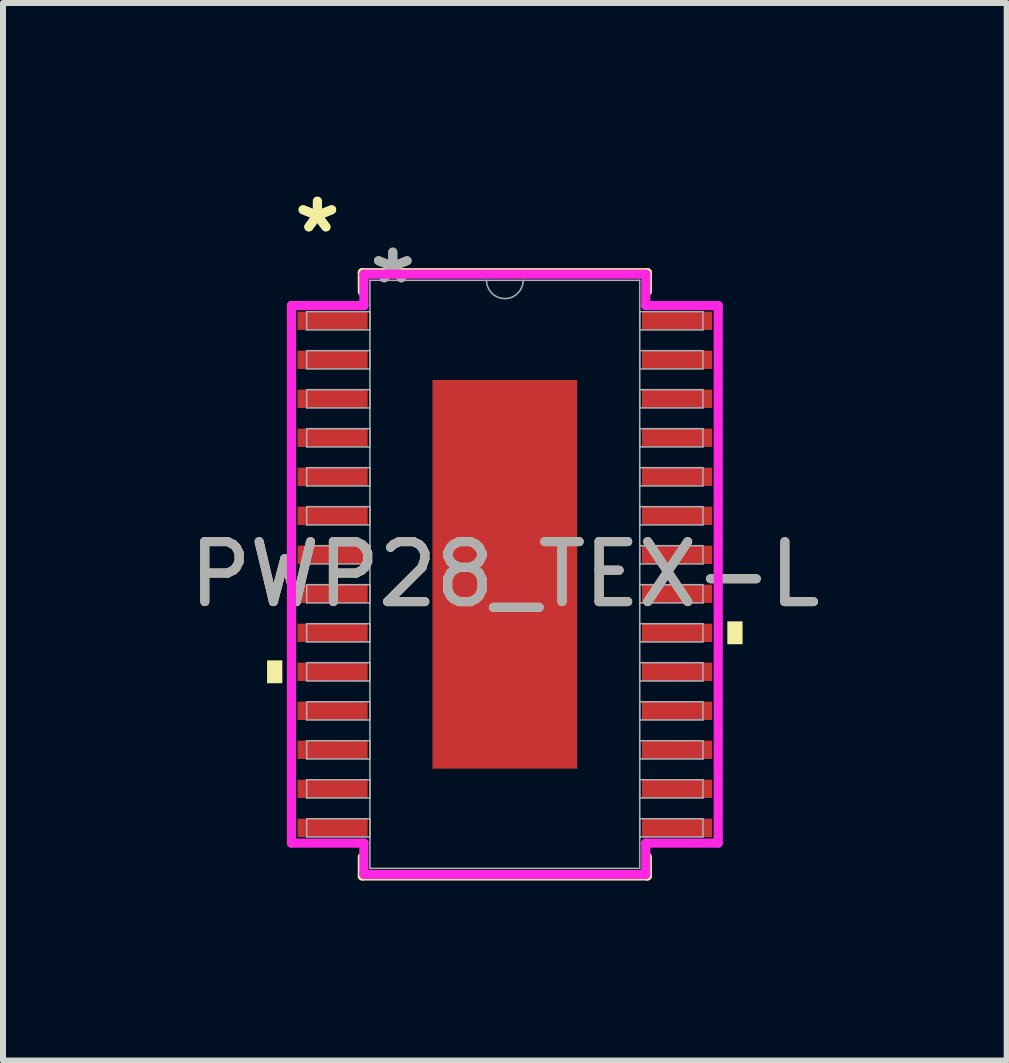
<source format=kicad_pcb>
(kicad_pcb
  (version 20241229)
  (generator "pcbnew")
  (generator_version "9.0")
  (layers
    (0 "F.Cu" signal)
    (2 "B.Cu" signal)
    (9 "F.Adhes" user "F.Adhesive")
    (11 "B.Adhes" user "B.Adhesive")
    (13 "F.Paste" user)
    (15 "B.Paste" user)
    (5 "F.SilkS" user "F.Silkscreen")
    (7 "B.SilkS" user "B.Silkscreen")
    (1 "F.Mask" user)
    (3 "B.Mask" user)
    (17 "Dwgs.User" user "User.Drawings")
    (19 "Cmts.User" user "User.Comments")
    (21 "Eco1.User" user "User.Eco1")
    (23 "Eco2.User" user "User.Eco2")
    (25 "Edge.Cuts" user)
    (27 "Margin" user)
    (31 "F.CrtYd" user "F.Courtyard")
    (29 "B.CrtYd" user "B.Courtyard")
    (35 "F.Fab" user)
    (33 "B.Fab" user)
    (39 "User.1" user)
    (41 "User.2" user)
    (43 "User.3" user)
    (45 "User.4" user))
  (footprint "PWP28_TEX-L"
    (layer "F.Cu")
    (at 5.363 6.521)
    (property "Reference" "PWP28_TEX-L" (at 0 0 0) (unlocked yes) (layer "F.SilkS") (effects (font (size 1 1) (thickness 0.15))))
    (attr smd)
    (fp_line (start -2.375 -5.027) (end -2.375 -4.71) (stroke (width 0.152) (type solid)) (layer "F.SilkS"))
    (fp_line (start -2.375 4.71) (end -2.375 5.027) (stroke (width 0.152) (type solid)) (layer "F.SilkS"))
    (fp_line (start -2.375 5.027) (end 2.375 5.027) (stroke (width 0.152) (type solid)) (layer "F.SilkS"))
    (fp_line (start 2.375 -5.027) (end -2.375 -5.027) (stroke (width 0.152) (type solid)) (layer "F.SilkS"))
    (fp_line (start 2.375 -4.71) (end 2.375 -5.027) (stroke (width 0.152) (type solid)) (layer "F.SilkS"))
    (fp_line (start 2.375 5.027) (end 2.375 4.71) (stroke (width 0.152) (type solid)) (layer "F.SilkS"))
    (fp_poly (pts (xy -3.962 1.434) (xy -3.962 1.815) (xy -3.708 1.815) (xy -3.708 1.434)) (stroke (width 0) (type solid)) (fill yes) (layer "F.SilkS"))
    (fp_poly (pts (xy 3.962 0.784) (xy 3.962 1.165) (xy 3.708 1.165) (xy 3.708 0.784)) (stroke (width 0) (type solid)) (fill yes) (layer "F.SilkS"))
    (fp_poly (pts (xy -1.107 -3.139) (xy -1.107 -2.043) (xy 1.107 -2.043) (xy 1.107 -3.139)) (stroke (width 0) (type solid)) (fill yes) (layer "F.Paste"))
    (fp_poly (pts (xy -1.107 -1.843) (xy -1.107 -0.748) (xy 1.107 -0.748) (xy 1.107 -1.843)) (stroke (width 0) (type solid)) (fill yes) (layer "F.Paste"))
    (fp_poly (pts (xy -1.107 -0.548) (xy -1.107 0.548) (xy 1.107 0.548) (xy 1.107 -0.548)) (stroke (width 0) (type solid)) (fill yes) (layer "F.Paste"))
    (fp_poly (pts (xy -1.107 0.748) (xy -1.107 1.843) (xy 1.107 1.843) (xy 1.107 0.748)) (stroke (width 0) (type solid)) (fill yes) (layer "F.Paste"))
    (fp_poly (pts (xy -1.107 2.043) (xy -1.107 3.139) (xy 1.107 3.139) (xy 1.107 2.043)) (stroke (width 0) (type solid)) (fill yes) (layer "F.Paste"))
    (fp_line (start -3.556 -4.479) (end -2.349 -4.479) (stroke (width 0.152) (type solid)) (layer "F.CrtYd"))
    (fp_line (start -3.556 4.479) (end -3.556 -4.479) (stroke (width 0.152) (type solid)) (layer "F.CrtYd"))
    (fp_line (start -3.556 4.479) (end -2.349 4.479) (stroke (width 0.152) (type solid)) (layer "F.CrtYd"))
    (fp_line (start -2.349 -5.002) (end 2.349 -5.002) (stroke (width 0.152) (type solid)) (layer "F.CrtYd"))
    (fp_line (start -2.349 -4.479) (end -2.349 -5.002) (stroke (width 0.152) (type solid)) (layer "F.CrtYd"))
    (fp_line (start -2.349 5.002) (end -2.349 4.479) (stroke (width 0.152) (type solid)) (layer "F.CrtYd"))
    (fp_line (start 2.349 -5.002) (end 2.349 -4.479) (stroke (width 0.152) (type solid)) (layer "F.CrtYd"))
    (fp_line (start 2.349 4.479) (end 2.349 5.002) (stroke (width 0.152) (type solid)) (layer "F.CrtYd"))
    (fp_line (start 2.349 5.002) (end -2.349 5.002) (stroke (width 0.152) (type solid)) (layer "F.CrtYd"))
    (fp_line (start 3.556 -4.479) (end 2.349 -4.479) (stroke (width 0.152) (type solid)) (layer "F.CrtYd"))
    (fp_line (start 3.556 -4.479) (end 3.556 4.479) (stroke (width 0.152) (type solid)) (layer "F.CrtYd"))
    (fp_line (start 3.556 4.479) (end 2.349 4.479) (stroke (width 0.152) (type solid)) (layer "F.CrtYd"))
    (fp_line (start -3.302 -4.377) (end -3.302 -4.073) (stroke (width 0.025) (type solid)) (layer "F.Fab"))
    (fp_line (start -3.302 -4.073) (end -2.248 -4.073) (stroke (width 0.025) (type solid)) (layer "F.Fab"))
    (fp_line (start -3.302 -3.727) (end -3.302 -3.423) (stroke (width 0.025) (type solid)) (layer "F.Fab"))
    (fp_line (start -3.302 -3.423) (end -2.248 -3.423) (stroke (width 0.025) (type solid)) (layer "F.Fab"))
    (fp_line (start -3.302 -3.077) (end -3.302 -2.773) (stroke (width 0.025) (type solid)) (layer "F.Fab"))
    (fp_line (start -3.302 -2.773) (end -2.248 -2.773) (stroke (width 0.025) (type solid)) (layer "F.Fab"))
    (fp_line (start -3.302 -2.427) (end -3.302 -2.123) (stroke (width 0.025) (type solid)) (layer "F.Fab"))
    (fp_line (start -3.302 -2.123) (end -2.248 -2.123) (stroke (width 0.025) (type solid)) (layer "F.Fab"))
    (fp_line (start -3.302 -1.777) (end -3.302 -1.473) (stroke (width 0.025) (type solid)) (layer "F.Fab"))
    (fp_line (start -3.302 -1.473) (end -2.248 -1.473) (stroke (width 0.025) (type solid)) (layer "F.Fab"))
    (fp_line (start -3.302 -1.127) (end -3.302 -0.823) (stroke (width 0.025) (type solid)) (layer "F.Fab"))
    (fp_line (start -3.302 -0.823) (end -2.248 -0.823) (stroke (width 0.025) (type solid)) (layer "F.Fab"))
    (fp_line (start -3.302 -0.477) (end -3.302 -0.173) (stroke (width 0.025) (type solid)) (layer "F.Fab"))
    (fp_line (start -3.302 -0.173) (end -2.248 -0.173) (stroke (width 0.025) (type solid)) (layer "F.Fab"))
    (fp_line (start -3.302 0.173) (end -3.302 0.477) (stroke (width 0.025) (type solid)) (layer "F.Fab"))
    (fp_line (start -3.302 0.477) (end -2.248 0.477) (stroke (width 0.025) (type solid)) (layer "F.Fab"))
    (fp_line (start -3.302 0.823) (end -3.302 1.127) (stroke (width 0.025) (type solid)) (layer "F.Fab"))
    (fp_line (start -3.302 1.127) (end -2.248 1.127) (stroke (width 0.025) (type solid)) (layer "F.Fab"))
    (fp_line (start -3.302 1.473) (end -3.302 1.777) (stroke (width 0.025) (type solid)) (layer "F.Fab"))
    (fp_line (start -3.302 1.777) (end -2.248 1.777) (stroke (width 0.025) (type solid)) (layer "F.Fab"))
    (fp_line (start -3.302 2.123) (end -3.302 2.427) (stroke (width 0.025) (type solid)) (layer "F.Fab"))
    (fp_line (start -3.302 2.427) (end -2.248 2.427) (stroke (width 0.025) (type solid)) (layer "F.Fab"))
    (fp_line (start -3.302 2.773) (end -3.302 3.077) (stroke (width 0.025) (type solid)) (layer "F.Fab"))
    (fp_line (start -3.302 3.077) (end -2.248 3.077) (stroke (width 0.025) (type solid)) (layer "F.Fab"))
    (fp_line (start -3.302 3.423) (end -3.302 3.727) (stroke (width 0.025) (type solid)) (layer "F.Fab"))
    (fp_line (start -3.302 3.727) (end -2.248 3.727) (stroke (width 0.025) (type solid)) (layer "F.Fab"))
    (fp_line (start -3.302 4.073) (end -3.302 4.377) (stroke (width 0.025) (type solid)) (layer "F.Fab"))
    (fp_line (start -3.302 4.377) (end -2.248 4.377) (stroke (width 0.025) (type solid)) (layer "F.Fab"))
    (fp_line (start -2.248 -4.9) (end -2.248 4.9) (stroke (width 0.025) (type solid)) (layer "F.Fab"))
    (fp_line (start -2.248 -4.377) (end -3.302 -4.377) (stroke (width 0.025) (type solid)) (layer "F.Fab"))
    (fp_line (start -2.248 -4.073) (end -2.248 -4.377) (stroke (width 0.025) (type solid)) (layer "F.Fab"))
    (fp_line (start -2.248 -3.727) (end -3.302 -3.727) (stroke (width 0.025) (type solid)) (layer "F.Fab"))
    (fp_line (start -2.248 -3.423) (end -2.248 -3.727) (stroke (width 0.025) (type solid)) (layer "F.Fab"))
    (fp_line (start -2.248 -3.077) (end -3.302 -3.077) (stroke (width 0.025) (type solid)) (layer "F.Fab"))
    (fp_line (start -2.248 -2.773) (end -2.248 -3.077) (stroke (width 0.025) (type solid)) (layer "F.Fab"))
    (fp_line (start -2.248 -2.427) (end -3.302 -2.427) (stroke (width 0.025) (type solid)) (layer "F.Fab"))
    (fp_line (start -2.248 -2.123) (end -2.248 -2.427) (stroke (width 0.025) (type solid)) (layer "F.Fab"))
    (fp_line (start -2.248 -1.777) (end -3.302 -1.777) (stroke (width 0.025) (type solid)) (layer "F.Fab"))
    (fp_line (start -2.248 -1.473) (end -2.248 -1.777) (stroke (width 0.025) (type solid)) (layer "F.Fab"))
    (fp_line (start -2.248 -1.127) (end -3.302 -1.127) (stroke (width 0.025) (type solid)) (layer "F.Fab"))
    (fp_line (start -2.248 -0.823) (end -2.248 -1.127) (stroke (width 0.025) (type solid)) (layer "F.Fab"))
    (fp_line (start -2.248 -0.477) (end -3.302 -0.477) (stroke (width 0.025) (type solid)) (layer "F.Fab"))
    (fp_line (start -2.248 -0.173) (end -2.248 -0.477) (stroke (width 0.025) (type solid)) (layer "F.Fab"))
    (fp_line (start -2.248 0.173) (end -3.302 0.173) (stroke (width 0.025) (type solid)) (layer "F.Fab"))
    (fp_line (start -2.248 0.477) (end -2.248 0.173) (stroke (width 0.025) (type solid)) (layer "F.Fab"))
    (fp_line (start -2.248 0.823) (end -3.302 0.823) (stroke (width 0.025) (type solid)) (layer "F.Fab"))
    (fp_line (start -2.248 1.127) (end -2.248 0.823) (stroke (width 0.025) (type solid)) (layer "F.Fab"))
    (fp_line (start -2.248 1.473) (end -3.302 1.473) (stroke (width 0.025) (type solid)) (layer "F.Fab"))
    (fp_line (start -2.248 1.777) (end -2.248 1.473) (stroke (width 0.025) (type solid)) (layer "F.Fab"))
    (fp_line (start -2.248 2.123) (end -3.302 2.123) (stroke (width 0.025) (type solid)) (layer "F.Fab"))
    (fp_line (start -2.248 2.427) (end -2.248 2.123) (stroke (width 0.025) (type solid)) (layer "F.Fab"))
    (fp_line (start -2.248 2.773) (end -3.302 2.773) (stroke (width 0.025) (type solid)) (layer "F.Fab"))
    (fp_line (start -2.248 3.077) (end -2.248 2.773) (stroke (width 0.025) (type solid)) (layer "F.Fab"))
    (fp_line (start -2.248 3.423) (end -3.302 3.423) (stroke (width 0.025) (type solid)) (layer "F.Fab"))
    (fp_line (start -2.248 3.727) (end -2.248 3.423) (stroke (width 0.025) (type solid)) (layer "F.Fab"))
    (fp_line (start -2.248 4.073) (end -3.302 4.073) (stroke (width 0.025) (type solid)) (layer "F.Fab"))
    (fp_line (start -2.248 4.377) (end -2.248 4.073) (stroke (width 0.025) (type solid)) (layer "F.Fab"))
    (fp_line (start -2.248 4.9) (end 2.248 4.9) (stroke (width 0.025) (type solid)) (layer "F.Fab"))
    (fp_line (start 2.248 -4.9) (end -2.248 -4.9) (stroke (width 0.025) (type solid)) (layer "F.Fab"))
    (fp_line (start 2.248 -4.377) (end 2.248 -4.073) (stroke (width 0.025) (type solid)) (layer "F.Fab"))
    (fp_line (start 2.248 -4.073) (end 3.302 -4.073) (stroke (width 0.025) (type solid)) (layer "F.Fab"))
    (fp_line (start 2.248 -3.727) (end 2.248 -3.423) (stroke (width 0.025) (type solid)) (layer "F.Fab"))
    (fp_line (start 2.248 -3.423) (end 3.302 -3.423) (stroke (width 0.025) (type solid)) (layer "F.Fab"))
    (fp_line (start 2.248 -3.077) (end 2.248 -2.773) (stroke (width 0.025) (type solid)) (layer "F.Fab"))
    (fp_line (start 2.248 -2.773) (end 3.302 -2.773) (stroke (width 0.025) (type solid)) (layer "F.Fab"))
    (fp_line (start 2.248 -2.427) (end 2.248 -2.123) (stroke (width 0.025) (type solid)) (layer "F.Fab"))
    (fp_line (start 2.248 -2.123) (end 3.302 -2.123) (stroke (width 0.025) (type solid)) (layer "F.Fab"))
    (fp_line (start 2.248 -1.777) (end 2.248 -1.473) (stroke (width 0.025) (type solid)) (layer "F.Fab"))
    (fp_line (start 2.248 -1.473) (end 3.302 -1.473) (stroke (width 0.025) (type solid)) (layer "F.Fab"))
    (fp_line (start 2.248 -1.127) (end 2.248 -0.823) (stroke (width 0.025) (type solid)) (layer "F.Fab"))
    (fp_line (start 2.248 -0.823) (end 3.302 -0.823) (stroke (width 0.025) (type solid)) (layer "F.Fab"))
    (fp_line (start 2.248 -0.477) (end 2.248 -0.173) (stroke (width 0.025) (type solid)) (layer "F.Fab"))
    (fp_line (start 2.248 -0.173) (end 3.302 -0.173) (stroke (width 0.025) (type solid)) (layer "F.Fab"))
    (fp_line (start 2.248 0.173) (end 2.248 0.477) (stroke (width 0.025) (type solid)) (layer "F.Fab"))
    (fp_line (start 2.248 0.477) (end 3.302 0.477) (stroke (width 0.025) (type solid)) (layer "F.Fab"))
    (fp_line (start 2.248 0.823) (end 2.248 1.127) (stroke (width 0.025) (type solid)) (layer "F.Fab"))
    (fp_line (start 2.248 1.127) (end 3.302 1.127) (stroke (width 0.025) (type solid)) (layer "F.Fab"))
    (fp_line (start 2.248 1.473) (end 2.248 1.777) (stroke (width 0.025) (type solid)) (layer "F.Fab"))
    (fp_line (start 2.248 1.777) (end 3.302 1.777) (stroke (width 0.025) (type solid)) (layer "F.Fab"))
    (fp_line (start 2.248 2.123) (end 2.248 2.427) (stroke (width 0.025) (type solid)) (layer "F.Fab"))
    (fp_line (start 2.248 2.427) (end 3.302 2.427) (stroke (width 0.025) (type solid)) (layer "F.Fab"))
    (fp_line (start 2.248 2.773) (end 2.248 3.077) (stroke (width 0.025) (type solid)) (layer "F.Fab"))
    (fp_line (start 2.248 3.077) (end 3.302 3.077) (stroke (width 0.025) (type solid)) (layer "F.Fab"))
    (fp_line (start 2.248 3.423) (end 2.248 3.727) (stroke (width 0.025) (type solid)) (layer "F.Fab"))
    (fp_line (start 2.248 3.727) (end 3.302 3.727) (stroke (width 0.025) (type solid)) (layer "F.Fab"))
    (fp_line (start 2.248 4.073) (end 2.248 4.377) (stroke (width 0.025) (type solid)) (layer "F.Fab"))
    (fp_line (start 2.248 4.377) (end 3.302 4.377) (stroke (width 0.025) (type solid)) (layer "F.Fab"))
    (fp_line (start 2.248 4.9) (end 2.248 -4.9) (stroke (width 0.025) (type solid)) (layer "F.Fab"))
    (fp_line (start 3.302 -4.377) (end 2.248 -4.377) (stroke (width 0.025) (type solid)) (layer "F.Fab"))
    (fp_line (start 3.302 -4.073) (end 3.302 -4.377) (stroke (width 0.025) (type solid)) (layer "F.Fab"))
    (fp_line (start 3.302 -3.727) (end 2.248 -3.727) (stroke (width 0.025) (type solid)) (layer "F.Fab"))
    (fp_line (start 3.302 -3.423) (end 3.302 -3.727) (stroke (width 0.025) (type solid)) (layer "F.Fab"))
    (fp_line (start 3.302 -3.077) (end 2.248 -3.077) (stroke (width 0.025) (type solid)) (layer "F.Fab"))
    (fp_line (start 3.302 -2.773) (end 3.302 -3.077) (stroke (width 0.025) (type solid)) (layer "F.Fab"))
    (fp_line (start 3.302 -2.427) (end 2.248 -2.427) (stroke (width 0.025) (type solid)) (layer "F.Fab"))
    (fp_line (start 3.302 -2.123) (end 3.302 -2.427) (stroke (width 0.025) (type solid)) (layer "F.Fab"))
    (fp_line (start 3.302 -1.777) (end 2.248 -1.777) (stroke (width 0.025) (type solid)) (layer "F.Fab"))
    (fp_line (start 3.302 -1.473) (end 3.302 -1.777) (stroke (width 0.025) (type solid)) (layer "F.Fab"))
    (fp_line (start 3.302 -1.127) (end 2.248 -1.127) (stroke (width 0.025) (type solid)) (layer "F.Fab"))
    (fp_line (start 3.302 -0.823) (end 3.302 -1.127) (stroke (width 0.025) (type solid)) (layer "F.Fab"))
    (fp_line (start 3.302 -0.477) (end 2.248 -0.477) (stroke (width 0.025) (type solid)) (layer "F.Fab"))
    (fp_line (start 3.302 -0.173) (end 3.302 -0.477) (stroke (width 0.025) (type solid)) (layer "F.Fab"))
    (fp_line (start 3.302 0.173) (end 2.248 0.173) (stroke (width 0.025) (type solid)) (layer "F.Fab"))
    (fp_line (start 3.302 0.477) (end 3.302 0.173) (stroke (width 0.025) (type solid)) (layer "F.Fab"))
    (fp_line (start 3.302 0.823) (end 2.248 0.823) (stroke (width 0.025) (type solid)) (layer "F.Fab"))
    (fp_line (start 3.302 1.127) (end 3.302 0.823) (stroke (width 0.025) (type solid)) (layer "F.Fab"))
    (fp_line (start 3.302 1.473) (end 2.248 1.473) (stroke (width 0.025) (type solid)) (layer "F.Fab"))
    (fp_line (start 3.302 1.777) (end 3.302 1.473) (stroke (width 0.025) (type solid)) (layer "F.Fab"))
    (fp_line (start 3.302 2.123) (end 2.248 2.123) (stroke (width 0.025) (type solid)) (layer "F.Fab"))
    (fp_line (start 3.302 2.427) (end 3.302 2.123) (stroke (width 0.025) (type solid)) (layer "F.Fab"))
    (fp_line (start 3.302 2.773) (end 2.248 2.773) (stroke (width 0.025) (type solid)) (layer "F.Fab"))
    (fp_line (start 3.302 3.077) (end 3.302 2.773) (stroke (width 0.025) (type solid)) (layer "F.Fab"))
    (fp_line (start 3.302 3.423) (end 2.248 3.423) (stroke (width 0.025) (type solid)) (layer "F.Fab"))
    (fp_line (start 3.302 3.727) (end 3.302 3.423) (stroke (width 0.025) (type solid)) (layer "F.Fab"))
    (fp_line (start 3.302 4.073) (end 2.248 4.073) (stroke (width 0.025) (type solid)) (layer "F.Fab"))
    (fp_line (start 3.302 4.377) (end 3.302 4.073) (stroke (width 0.025) (type solid)) (layer "F.Fab"))
    (fp_arc (start 0.3048 -4.900001) (mid 0 -4.595201) (end -0.3048 -4.900001) (stroke (width 0.0254) (type solid)) (layer "F.Fab"))
    (fp_text user "*" (at -3.124 -5.673 0) (layer "F.SilkS") (effects (font (size 1 1) (thickness 0.15))))
    (fp_text user "*" (at -3.124 -5.673 0) (unlocked yes) (layer "F.SilkS") (effects (font (size 1 1) (thickness 0.15))))
    (fp_text user "*" (at -1.867 -4.824 0) (layer "F.Fab") (effects (font (size 1 1) (thickness 0.15))))
    (fp_text user "*" (at -1.867 -4.824 0) (unlocked yes) (layer "F.Fab") (effects (font (size 1 1) (thickness 0.15))))
    (fp_text user "${REFERENCE}" (at 0 0 0) (unlocked yes) (layer "F.Fab") (effects (font (size 1 1) (thickness 0.15))))
    (pad "1" smd rect (at -2.87 -4.225) (size 1.168 0.305) (layers "F.Cu" "F.Mask" "F.Paste"))
    (pad "2" smd rect (at -2.87 -3.575) (size 1.168 0.305) (layers "F.Cu" "F.Mask" "F.Paste"))
    (pad "3" smd rect (at -2.87 -2.925) (size 1.168 0.305) (layers "F.Cu" "F.Mask" "F.Paste"))
    (pad "4" smd rect (at -2.87 -2.275) (size 1.168 0.305) (layers "F.Cu" "F.Mask" "F.Paste"))
    (pad "5" smd rect (at -2.87 -1.625) (size 1.168 0.305) (layers "F.Cu" "F.Mask" "F.Paste"))
    (pad "6" smd rect (at -2.87 -0.975) (size 1.168 0.305) (layers "F.Cu" "F.Mask" "F.Paste"))
    (pad "7" smd rect (at -2.87 -0.325) (size 1.168 0.305) (layers "F.Cu" "F.Mask" "F.Paste"))
    (pad "8" smd rect (at -2.87 0.325) (size 1.168 0.305) (layers "F.Cu" "F.Mask" "F.Paste"))
    (pad "9" smd rect (at -2.87 0.975) (size 1.168 0.305) (layers "F.Cu" "F.Mask" "F.Paste"))
    (pad "10" smd rect (at -2.87 1.625) (size 1.168 0.305) (layers "F.Cu" "F.Mask" "F.Paste"))
    (pad "11" smd rect (at -2.87 2.275) (size 1.168 0.305) (layers "F.Cu" "F.Mask" "F.Paste"))
    (pad "12" smd rect (at -2.87 2.925) (size 1.168 0.305) (layers "F.Cu" "F.Mask" "F.Paste"))
    (pad "13" smd rect (at -2.87 3.575) (size 1.168 0.305) (layers "F.Cu" "F.Mask" "F.Paste"))
    (pad "14" smd rect (at -2.87 4.225) (size 1.168 0.305) (layers "F.Cu" "F.Mask" "F.Paste"))
    (pad "15" smd rect (at 2.87 4.225) (size 1.168 0.305) (layers "F.Cu" "F.Mask" "F.Paste"))
    (pad "16" smd rect (at 2.87 3.575) (size 1.168 0.305) (layers "F.Cu" "F.Mask" "F.Paste"))
    (pad "17" smd rect (at 2.87 2.925) (size 1.168 0.305) (layers "F.Cu" "F.Mask" "F.Paste"))
    (pad "18" smd rect (at 2.87 2.275) (size 1.168 0.305) (layers "F.Cu" "F.Mask" "F.Paste"))
    (pad "19" smd rect (at 2.87 1.625) (size 1.168 0.305) (layers "F.Cu" "F.Mask" "F.Paste"))
    (pad "20" smd rect (at 2.87 0.975) (size 1.168 0.305) (layers "F.Cu" "F.Mask" "F.Paste"))
    (pad "21" smd rect (at 2.87 0.325) (size 1.168 0.305) (layers "F.Cu" "F.Mask" "F.Paste"))
    (pad "22" smd rect (at 2.87 -0.325) (size 1.168 0.305) (layers "F.Cu" "F.Mask" "F.Paste"))
    (pad "23" smd rect (at 2.87 -0.975) (size 1.168 0.305) (layers "F.Cu" "F.Mask" "F.Paste"))
    (pad "24" smd rect (at 2.87 -1.625) (size 1.168 0.305) (layers "F.Cu" "F.Mask" "F.Paste"))
    (pad "25" smd rect (at 2.87 -2.275) (size 1.168 0.305) (layers "F.Cu" "F.Mask" "F.Paste"))
    (pad "26" smd rect (at 2.87 -2.925) (size 1.168 0.305) (layers "F.Cu" "F.Mask" "F.Paste"))
    (pad "27" smd rect (at 2.87 -3.575) (size 1.168 0.305) (layers "F.Cu" "F.Mask" "F.Paste"))
    (pad "28" smd rect (at 2.87 -4.225) (size 1.168 0.305) (layers "F.Cu" "F.Mask" "F.Paste"))
    (pad "EPAD" smd rect (at 0 0) (size 2.413 6.477) (layers "F.Cu" "F.Mask")))
  (gr_rect
    (start -3 -3)
    (end 13.726 14.624)
    (stroke (width 0.1) (type default))
    (fill no)
    (layer "Edge.Cuts")))
</source>
